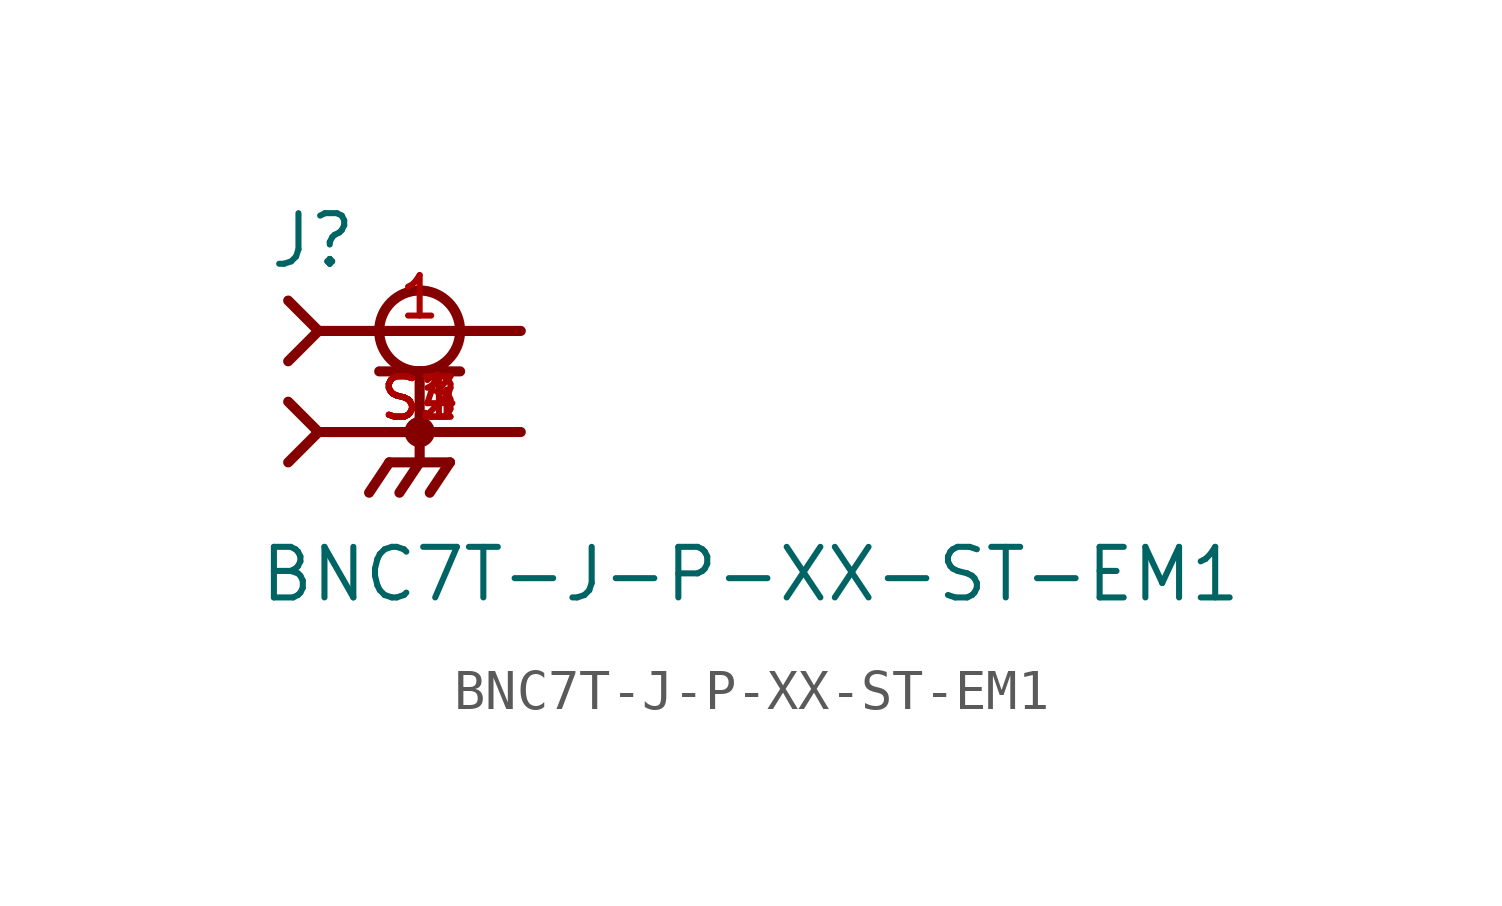
<source format=kicad_sym>
(kicad_symbol_lib
  (version 20211014)
  (generator kicad_symbol_editor)
  (symbol "BNC7T-J-P-XX-ST-EM1"
    (pin_names
      (offset 1.016))
    (property "Reference" "J"
      (at -3.81 4.064 0)
      (effects (font (size 1.27 1.27)) (justify bottom left)))
    (property "Value" "BNC7T-J-P-XX-ST-EM1"
      (at -4.064 -4.318 0)
      (effects (font (size 1.27 1.27)) (justify bottom left)))
    (symbol "BNC7T-J-P-XX-ST-EM1_0_0"
      (circle (center 0.0 2.54) (radius 1.016) (stroke (width 0.254)) (fill (type none)))
      (polyline (pts (xy -1.016 1.524) (xy 0.0 1.524)) (stroke (width 0.254)))
      (polyline (pts (xy 0.0 1.524) (xy 1.016 1.524)) (stroke (width 0.254)))
      (polyline (pts (xy 0.0 0.0) (xy -2.286 0.0)) (stroke (width 0.254)))
      (polyline (pts (xy -3.302 3.302) (xy -2.54 2.54)) (stroke (width 0.254)))
      (polyline (pts (xy -3.302 1.778) (xy -2.54 2.54)) (stroke (width 0.254)))
      (polyline (pts (xy 0.0 1.524) (xy 0.0 0.0)) (stroke (width 0.254)))
      (circle (center 0.0 0.0) (radius 0.254) (stroke (width 0.254)) (fill (type none)))
      (polyline (pts (xy -2.54 2.54) (xy 2.54 2.54)) (stroke (width 0.254)))
      (polyline (pts (xy 2.54 0.0) (xy 0.0 0.0)) (stroke (width 0.254)))
      (polyline (pts (xy 0.0 0.0) (xy 0.0 -0.762)) (stroke (width 0.254)))
      (polyline (pts (xy 0.762 -0.762) (xy -0.762 -0.762)) (stroke (width 0.254)))
      (polyline (pts (xy -0.762 -0.762) (xy -1.27 -1.524)) (stroke (width 0.254)))
      (polyline (pts (xy 0.0 -0.762) (xy -0.508 -1.524)) (stroke (width 0.254)))
      (polyline (pts (xy 0.762 -0.762) (xy 0.254 -1.524)) (stroke (width 0.254)))
      (polyline (pts (xy -3.302 0.762) (xy -2.54 0.0)) (stroke (width 0.254)))
      (polyline (pts (xy -3.302 -0.762) (xy -2.54 0.0)) (stroke (width 0.254)))
      (polyline (pts (xy -2.54 0.0) (xy 0.0 0.0)) (stroke (width 0.254)))
      (pin passive line (at 2.54 2.54 180.0) (length 5.08) (name "~" (effects (font (size 1.016 1.016)))) (number "1" (effects (font (size 1.016 1.016)))))
      (pin passive line (at 2.54 0.0 180.0) (length 5.08) (name "~" (effects (font (size 1.016 1.016)))) (number "S1" (effects (font (size 1.016 1.016)))))
      (pin passive line (at 2.54 0.0 180.0) (length 5.08) (name "~" (effects (font (size 1.016 1.016)))) (number "S2" (effects (font (size 1.016 1.016)))))
      (pin passive line (at 2.54 0.0 180.0) (length 5.08) (name "~" (effects (font (size 1.016 1.016)))) (number "S3" (effects (font (size 1.016 1.016)))))
      (pin passive line (at 2.54 0.0 180.0) (length 5.08) (name "~" (effects (font (size 1.016 1.016)))) (number "S4" (effects (font (size 1.016 1.016))))))))
</source>
